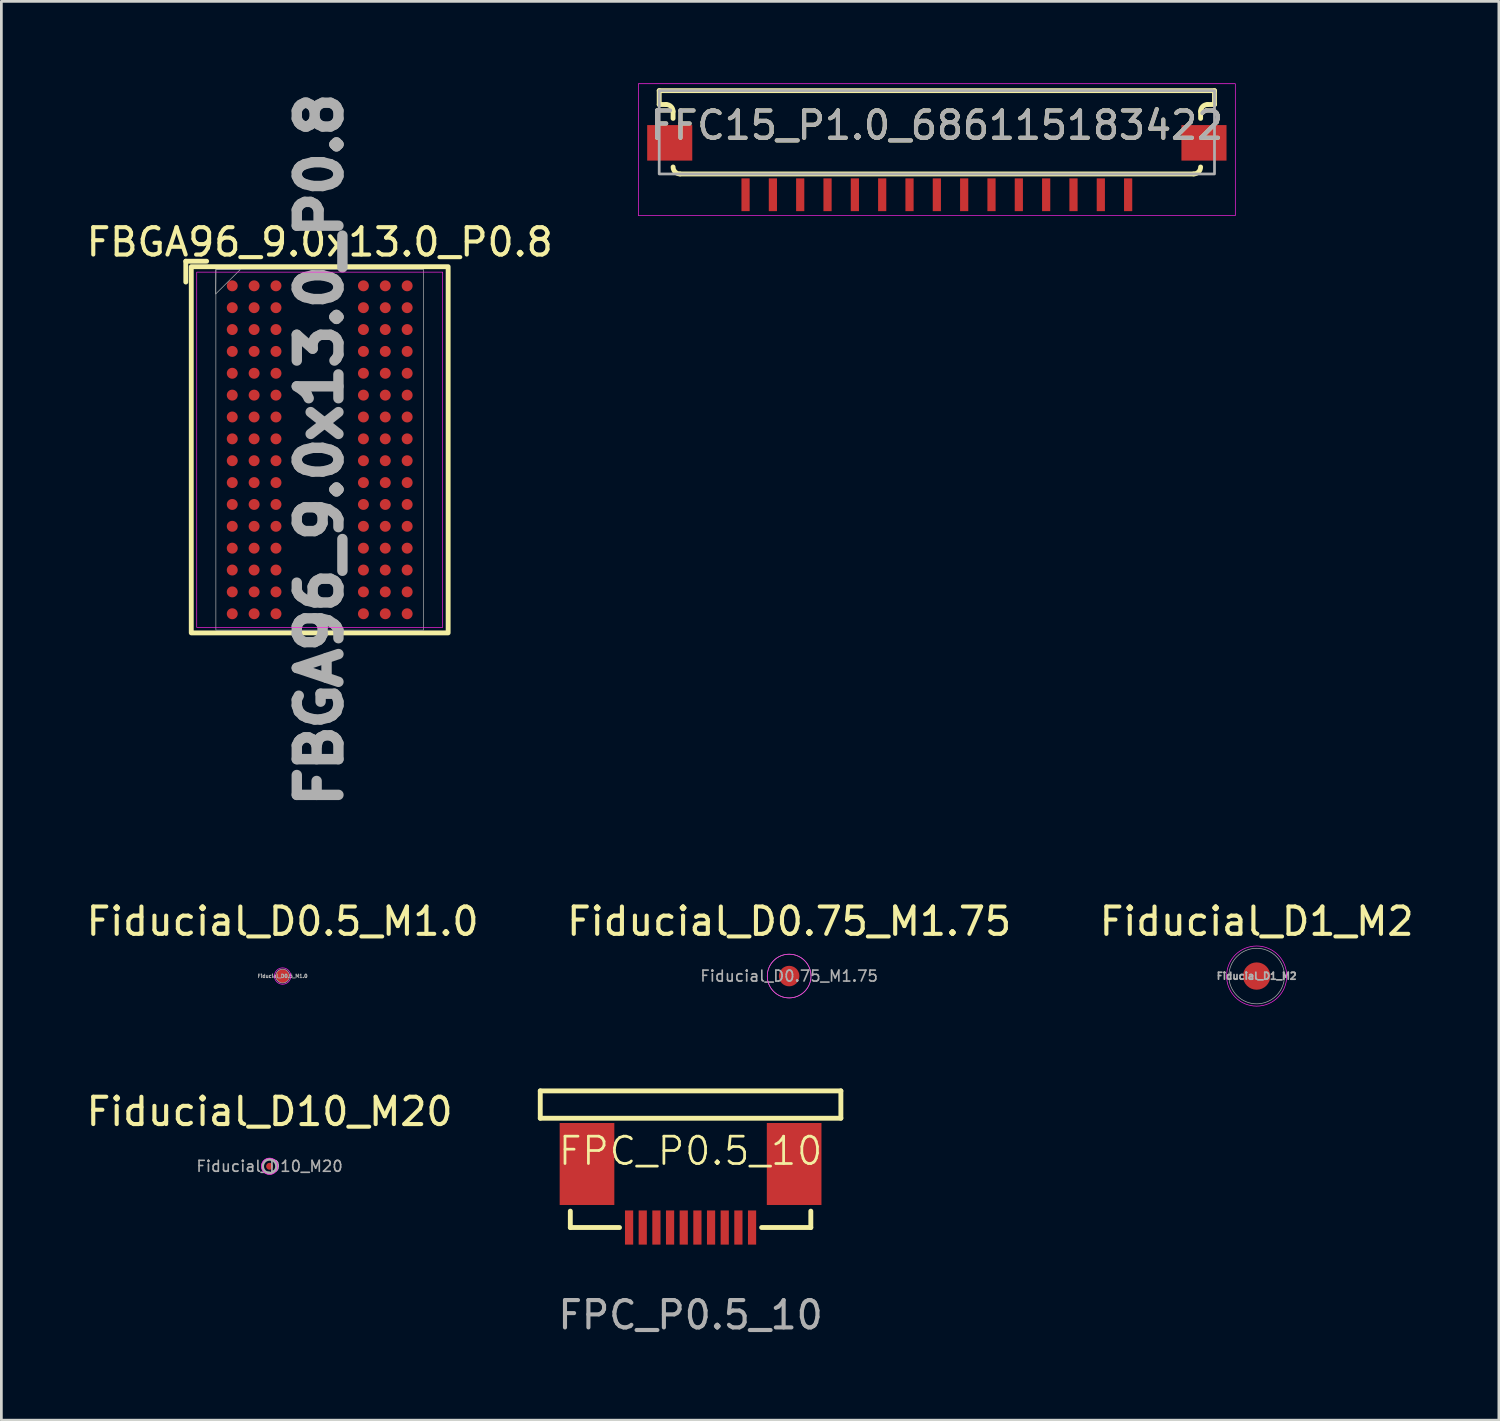
<source format=kicad_pcb>
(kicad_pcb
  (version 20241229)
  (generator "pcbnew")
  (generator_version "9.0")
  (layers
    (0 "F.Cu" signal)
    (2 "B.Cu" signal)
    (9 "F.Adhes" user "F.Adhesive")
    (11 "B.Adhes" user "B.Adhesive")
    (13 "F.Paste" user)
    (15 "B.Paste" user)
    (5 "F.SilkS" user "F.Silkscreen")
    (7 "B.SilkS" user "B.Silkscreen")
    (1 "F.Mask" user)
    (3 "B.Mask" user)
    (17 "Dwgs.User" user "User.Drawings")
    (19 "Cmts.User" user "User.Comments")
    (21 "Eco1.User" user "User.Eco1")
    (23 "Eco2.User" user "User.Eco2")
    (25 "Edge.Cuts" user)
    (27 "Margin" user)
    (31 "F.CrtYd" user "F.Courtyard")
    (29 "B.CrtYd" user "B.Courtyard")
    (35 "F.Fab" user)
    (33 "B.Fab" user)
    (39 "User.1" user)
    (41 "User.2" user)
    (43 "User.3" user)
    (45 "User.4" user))
  (footprint "FBGA96_9.0x13.0_P0.8"
    (layer "F.Cu")
    (at 8.649 13.409)
    (property "Reference" "FBGA96_9.0x13.0_P0.8" (at 0 -7.6 0) (unlocked yes) (layer "F.SilkS") (effects (font (size 1 1) (thickness 0.15))))
    (attr smd)
    (fp_line (start -4.9 -6.9) (end -4.138 -6.9) (stroke (width 0.178) (type solid)) (layer "F.SilkS"))
    (fp_line (start -4.9 -6.138) (end -4.9 -6.9) (stroke (width 0.178) (type solid)) (layer "F.SilkS"))
    (fp_rect (start 4.7 6.7) (end -4.7 -6.7) (stroke (width 0.178) (type solid)) (fill no) (layer "F.SilkS"))
    (fp_rect (start -4.5 -6.5) (end 4.5 6.5) (stroke (width 0.025) (type solid)) (fill no) (layer "F.CrtYd"))
    (fp_rect (start -3.8 -6.6) (end 3.8 6.6) (stroke (width 0.025) (type solid)) (fill no) (layer "F.Fab"))
    (fp_poly (pts (xy -3.8 -6.6) (xy -3.81 -5.7) (xy -2.9 -6.6)) (stroke (width 0.025) (type solid)) (fill no) (layer "F.Fab"))
    (fp_text user "${REFERENCE}" (at 0 0 90) (unlocked yes) (layer "F.Fab") (effects (font (size 1.524 1.524) (thickness 0.381) (bold yes))))
    (pad "A1" smd circle (at -3.2 -6) (size 0.4 0.4) (layers "F.Cu" "F.Mask" "F.Paste"))
    (pad "A2" smd circle (at -2.4 -6) (size 0.4 0.4) (layers "F.Cu" "F.Mask" "F.Paste"))
    (pad "A3" smd circle (at -1.6 -6) (size 0.4 0.4) (layers "F.Cu" "F.Mask" "F.Paste"))
    (pad "A7" smd circle (at 1.6 -6) (size 0.4 0.4) (layers "F.Cu" "F.Mask" "F.Paste"))
    (pad "A8" smd circle (at 2.4 -6) (size 0.4 0.4) (layers "F.Cu" "F.Mask" "F.Paste"))
    (pad "A9" smd circle (at 3.2 -6) (size 0.4 0.4) (layers "F.Cu" "F.Mask" "F.Paste"))
    (pad "B1" smd circle (at -3.2 -5.2) (size 0.4 0.4) (layers "F.Cu" "F.Mask" "F.Paste"))
    (pad "B2" smd circle (at -2.4 -5.2) (size 0.4 0.4) (layers "F.Cu" "F.Mask" "F.Paste"))
    (pad "B3" smd circle (at -1.6 -5.2) (size 0.4 0.4) (layers "F.Cu" "F.Mask" "F.Paste"))
    (pad "B7" smd circle (at 1.6 -5.2) (size 0.4 0.4) (layers "F.Cu" "F.Mask" "F.Paste"))
    (pad "B8" smd circle (at 2.4 -5.2) (size 0.4 0.4) (layers "F.Cu" "F.Mask" "F.Paste"))
    (pad "B9" smd circle (at 3.2 -5.2) (size 0.4 0.4) (layers "F.Cu" "F.Mask" "F.Paste"))
    (pad "C1" smd circle (at -3.2 -4.4) (size 0.4 0.4) (layers "F.Cu" "F.Mask" "F.Paste"))
    (pad "C2" smd circle (at -2.4 -4.4) (size 0.4 0.4) (layers "F.Cu" "F.Mask" "F.Paste"))
    (pad "C3" smd circle (at -1.6 -4.4) (size 0.4 0.4) (layers "F.Cu" "F.Mask" "F.Paste"))
    (pad "C7" smd circle (at 1.6 -4.4) (size 0.4 0.4) (layers "F.Cu" "F.Mask" "F.Paste"))
    (pad "C8" smd circle (at 2.4 -4.4) (size 0.4 0.4) (layers "F.Cu" "F.Mask" "F.Paste"))
    (pad "C9" smd circle (at 3.2 -4.4) (size 0.4 0.4) (layers "F.Cu" "F.Mask" "F.Paste"))
    (pad "D1" smd circle (at -3.2 -3.6) (size 0.4 0.4) (layers "F.Cu" "F.Mask" "F.Paste"))
    (pad "D2" smd circle (at -2.4 -3.6) (size 0.4 0.4) (layers "F.Cu" "F.Mask" "F.Paste"))
    (pad "D3" smd circle (at -1.6 -3.6) (size 0.4 0.4) (layers "F.Cu" "F.Mask" "F.Paste"))
    (pad "D7" smd circle (at 1.6 -3.6) (size 0.4 0.4) (layers "F.Cu" "F.Mask" "F.Paste"))
    (pad "D8" smd circle (at 2.4 -3.6) (size 0.4 0.4) (layers "F.Cu" "F.Mask" "F.Paste"))
    (pad "D9" smd circle (at 3.2 -3.6) (size 0.4 0.4) (layers "F.Cu" "F.Mask" "F.Paste"))
    (pad "E1" smd circle (at -3.2 -2.8) (size 0.4 0.4) (layers "F.Cu" "F.Mask" "F.Paste"))
    (pad "E2" smd circle (at -2.4 -2.8) (size 0.4 0.4) (layers "F.Cu" "F.Mask" "F.Paste"))
    (pad "E3" smd circle (at -1.6 -2.8) (size 0.4 0.4) (layers "F.Cu" "F.Mask" "F.Paste"))
    (pad "E7" smd circle (at 1.6 -2.8) (size 0.4 0.4) (layers "F.Cu" "F.Mask" "F.Paste"))
    (pad "E8" smd circle (at 2.4 -2.8) (size 0.4 0.4) (layers "F.Cu" "F.Mask" "F.Paste"))
    (pad "E9" smd circle (at 3.2 -2.8) (size 0.4 0.4) (layers "F.Cu" "F.Mask" "F.Paste"))
    (pad "F1" smd circle (at -3.2 -2) (size 0.4 0.4) (layers "F.Cu" "F.Mask" "F.Paste"))
    (pad "F2" smd circle (at -2.4 -2) (size 0.4 0.4) (layers "F.Cu" "F.Mask" "F.Paste"))
    (pad "F3" smd circle (at -1.6 -2) (size 0.4 0.4) (layers "F.Cu" "F.Mask" "F.Paste"))
    (pad "F7" smd circle (at 1.6 -2) (size 0.4 0.4) (layers "F.Cu" "F.Mask" "F.Paste"))
    (pad "F8" smd circle (at 2.4 -2) (size 0.4 0.4) (layers "F.Cu" "F.Mask" "F.Paste"))
    (pad "F9" smd circle (at 3.2 -2) (size 0.4 0.4) (layers "F.Cu" "F.Mask" "F.Paste"))
    (pad "G1" smd circle (at -3.2 -1.2) (size 0.4 0.4) (layers "F.Cu" "F.Mask" "F.Paste"))
    (pad "G2" smd circle (at -2.4 -1.2) (size 0.4 0.4) (layers "F.Cu" "F.Mask" "F.Paste"))
    (pad "G3" smd circle (at -1.6 -1.2) (size 0.4 0.4) (layers "F.Cu" "F.Mask" "F.Paste"))
    (pad "G7" smd circle (at 1.6 -1.2) (size 0.4 0.4) (layers "F.Cu" "F.Mask" "F.Paste"))
    (pad "G8" smd circle (at 2.4 -1.2) (size 0.4 0.4) (layers "F.Cu" "F.Mask" "F.Paste"))
    (pad "G9" smd circle (at 3.2 -1.2) (size 0.4 0.4) (layers "F.Cu" "F.Mask" "F.Paste"))
    (pad "H1" smd circle (at -3.2 -0.4) (size 0.4 0.4) (layers "F.Cu" "F.Mask" "F.Paste"))
    (pad "H2" smd circle (at -2.4 -0.4) (size 0.4 0.4) (layers "F.Cu" "F.Mask" "F.Paste"))
    (pad "H3" smd circle (at -1.6 -0.4) (size 0.4 0.4) (layers "F.Cu" "F.Mask" "F.Paste"))
    (pad "H7" smd circle (at 1.6 -0.4) (size 0.4 0.4) (layers "F.Cu" "F.Mask" "F.Paste"))
    (pad "H8" smd circle (at 2.4 -0.4) (size 0.4 0.4) (layers "F.Cu" "F.Mask" "F.Paste"))
    (pad "H9" smd circle (at 3.2 -0.4) (size 0.4 0.4) (layers "F.Cu" "F.Mask" "F.Paste"))
    (pad "J1" smd circle (at -3.2 0.4) (size 0.4 0.4) (layers "F.Cu" "F.Mask" "F.Paste"))
    (pad "J2" smd circle (at -2.4 0.4) (size 0.4 0.4) (layers "F.Cu" "F.Mask" "F.Paste"))
    (pad "J3" smd circle (at -1.6 0.4) (size 0.4 0.4) (layers "F.Cu" "F.Mask" "F.Paste"))
    (pad "J7" smd circle (at 1.6 0.4) (size 0.4 0.4) (layers "F.Cu" "F.Mask" "F.Paste"))
    (pad "J8" smd circle (at 2.4 0.4) (size 0.4 0.4) (layers "F.Cu" "F.Mask" "F.Paste"))
    (pad "J9" smd circle (at 3.2 0.4) (size 0.4 0.4) (layers "F.Cu" "F.Mask" "F.Paste"))
    (pad "K1" smd circle (at -3.2 1.2) (size 0.4 0.4) (layers "F.Cu" "F.Mask" "F.Paste"))
    (pad "K2" smd circle (at -2.4 1.2) (size 0.4 0.4) (layers "F.Cu" "F.Mask" "F.Paste"))
    (pad "K3" smd circle (at -1.6 1.2) (size 0.4 0.4) (layers "F.Cu" "F.Mask" "F.Paste"))
    (pad "K7" smd circle (at 1.6 1.2) (size 0.4 0.4) (layers "F.Cu" "F.Mask" "F.Paste"))
    (pad "K8" smd circle (at 2.4 1.2) (size 0.4 0.4) (layers "F.Cu" "F.Mask" "F.Paste"))
    (pad "K9" smd circle (at 3.2 1.2) (size 0.4 0.4) (layers "F.Cu" "F.Mask" "F.Paste"))
    (pad "L1" smd circle (at -3.2 2) (size 0.4 0.4) (layers "F.Cu" "F.Mask" "F.Paste"))
    (pad "L2" smd circle (at -2.4 2) (size 0.4 0.4) (layers "F.Cu" "F.Mask" "F.Paste"))
    (pad "L3" smd circle (at -1.6 2) (size 0.4 0.4) (layers "F.Cu" "F.Mask" "F.Paste"))
    (pad "L7" smd circle (at 1.6 2) (size 0.4 0.4) (layers "F.Cu" "F.Mask" "F.Paste"))
    (pad "L8" smd circle (at 2.4 2) (size 0.4 0.4) (layers "F.Cu" "F.Mask" "F.Paste"))
    (pad "L9" smd circle (at 3.2 2) (size 0.4 0.4) (layers "F.Cu" "F.Mask" "F.Paste"))
    (pad "M1" smd circle (at -3.2 2.8) (size 0.4 0.4) (layers "F.Cu" "F.Mask" "F.Paste"))
    (pad "M2" smd circle (at -2.4 2.8) (size 0.4 0.4) (layers "F.Cu" "F.Mask" "F.Paste"))
    (pad "M3" smd circle (at -1.6 2.8) (size 0.4 0.4) (layers "F.Cu" "F.Mask" "F.Paste"))
    (pad "M7" smd circle (at 1.6 2.8) (size 0.4 0.4) (layers "F.Cu" "F.Mask" "F.Paste"))
    (pad "M8" smd circle (at 2.4 2.8) (size 0.4 0.4) (layers "F.Cu" "F.Mask" "F.Paste"))
    (pad "M9" smd circle (at 3.2 2.8) (size 0.4 0.4) (layers "F.Cu" "F.Mask" "F.Paste"))
    (pad "N1" smd circle (at -3.2 3.6) (size 0.4 0.4) (layers "F.Cu" "F.Mask" "F.Paste"))
    (pad "N2" smd circle (at -2.4 3.6) (size 0.4 0.4) (layers "F.Cu" "F.Mask" "F.Paste"))
    (pad "N3" smd circle (at -1.6 3.6) (size 0.4 0.4) (layers "F.Cu" "F.Mask" "F.Paste"))
    (pad "N7" smd circle (at 1.6 3.6) (size 0.4 0.4) (layers "F.Cu" "F.Mask" "F.Paste"))
    (pad "N8" smd circle (at 2.4 3.6) (size 0.4 0.4) (layers "F.Cu" "F.Mask" "F.Paste"))
    (pad "N9" smd circle (at 3.2 3.6) (size 0.4 0.4) (layers "F.Cu" "F.Mask" "F.Paste"))
    (pad "P1" smd circle (at -3.2 4.4) (size 0.4 0.4) (layers "F.Cu" "F.Mask" "F.Paste"))
    (pad "P2" smd circle (at -2.4 4.4) (size 0.4 0.4) (layers "F.Cu" "F.Mask" "F.Paste"))
    (pad "P3" smd circle (at -1.6 4.4) (size 0.4 0.4) (layers "F.Cu" "F.Mask" "F.Paste"))
    (pad "P7" smd circle (at 1.6 4.4) (size 0.4 0.4) (layers "F.Cu" "F.Mask" "F.Paste"))
    (pad "P8" smd circle (at 2.4 4.4) (size 0.4 0.4) (layers "F.Cu" "F.Mask" "F.Paste"))
    (pad "P9" smd circle (at 3.2 4.4) (size 0.4 0.4) (layers "F.Cu" "F.Mask" "F.Paste"))
    (pad "R1" smd circle (at -3.2 5.2) (size 0.4 0.4) (layers "F.Cu" "F.Mask" "F.Paste"))
    (pad "R2" smd circle (at -2.4 5.2) (size 0.4 0.4) (layers "F.Cu" "F.Mask" "F.Paste"))
    (pad "R3" smd circle (at -1.6 5.2) (size 0.4 0.4) (layers "F.Cu" "F.Mask" "F.Paste"))
    (pad "R7" smd circle (at 1.6 5.2) (size 0.4 0.4) (layers "F.Cu" "F.Mask" "F.Paste"))
    (pad "R8" smd circle (at 2.4 5.2) (size 0.4 0.4) (layers "F.Cu" "F.Mask" "F.Paste"))
    (pad "R9" smd circle (at 3.2 5.2) (size 0.4 0.4) (layers "F.Cu" "F.Mask" "F.Paste"))
    (pad "T1" smd circle (at -3.2 6) (size 0.4 0.4) (layers "F.Cu" "F.Mask" "F.Paste"))
    (pad "T2" smd circle (at -2.4 6) (size 0.4 0.4) (layers "F.Cu" "F.Mask" "F.Paste"))
    (pad "T3" smd circle (at -1.6 6) (size 0.4 0.4) (layers "F.Cu" "F.Mask" "F.Paste"))
    (pad "T7" smd circle (at 1.6 6) (size 0.4 0.4) (layers "F.Cu" "F.Mask" "F.Paste"))
    (pad "T8" smd circle (at 2.4 6) (size 0.4 0.4) (layers "F.Cu" "F.Mask" "F.Paste"))
    (pad "T9" smd circle (at 3.2 6) (size 0.4 0.4) (layers "F.Cu" "F.Mask" "F.Paste")))
  (footprint "FPC_P0.5_10"
    (layer "F.Cu")
    (at 22.22 41.869)
    (property "Reference" "FPC_P0.5_10" (at 0 -2.8 0) (unlocked yes) (layer "F.SilkS") (effects (font (size 1 1) (thickness 0.1))))
    (attr smd)
    (fp_line (start -5.5 -5) (end 5.5 -5) (stroke (width 0.178) (type default)) (layer "F.SilkS"))
    (fp_line (start -5.5 -4) (end -5.5 -5) (stroke (width 0.178) (type default)) (layer "F.SilkS"))
    (fp_line (start -4.4 -0.6) (end -4.4 0) (stroke (width 0.178) (type default)) (layer "F.SilkS"))
    (fp_line (start -4.4 0) (end -2.6 0) (stroke (width 0.178) (type default)) (layer "F.SilkS"))
    (fp_line (start 2.6 0) (end 4.4 0) (stroke (width 0.178) (type default)) (layer "F.SilkS"))
    (fp_line (start 4.4 0) (end 4.4 -0.6) (stroke (width 0.178) (type default)) (layer "F.SilkS"))
    (fp_line (start 5.5 -5) (end 5.5 -4) (stroke (width 0.178) (type default)) (layer "F.SilkS"))
    (fp_line (start 5.5 -4) (end -5.5 -4) (stroke (width 0.178) (type default)) (layer "F.SilkS"))
    (fp_text user "${REFERENCE}" (at 0 3.2 0) (unlocked yes) (layer "F.Fab") (effects (font (size 1 1) (thickness 0.15))))
    (pad "1" smd rect (at -2.25 0) (size 0.3 1.25) (layers "F.Cu" "F.Mask" "F.Paste"))
    (pad "2" smd rect (at -1.75 0) (size 0.3 1.25) (layers "F.Cu" "F.Mask" "F.Paste"))
    (pad "3" smd rect (at -1.25 0) (size 0.3 1.25) (layers "F.Cu" "F.Mask" "F.Paste"))
    (pad "4" smd rect (at -0.75 0) (size 0.3 1.25) (layers "F.Cu" "F.Mask" "F.Paste"))
    (pad "5" smd rect (at -0.25 0) (size 0.3 1.25) (layers "F.Cu" "F.Mask" "F.Paste"))
    (pad "6" smd rect (at 0.25 0) (size 0.3 1.25) (layers "F.Cu" "F.Mask" "F.Paste"))
    (pad "7" smd rect (at 0.75 0) (size 0.3 1.25) (layers "F.Cu" "F.Mask" "F.Paste"))
    (pad "8" smd rect (at 1.25 0) (size 0.3 1.25) (layers "F.Cu" "F.Mask" "F.Paste"))
    (pad "9" smd rect (at 1.75 0) (size 0.3 1.25) (layers "F.Cu" "F.Mask" "F.Paste"))
    (pad "10" smd rect (at 2.25 0) (size 0.3 1.25) (layers "F.Cu" "F.Mask" "F.Paste"))
    (pad "SH" smd rect (at -3.79 -2.325) (size 2 3) (layers "F.Cu" "F.Mask" "F.Paste"))
    (pad "SH" smd rect (at 3.79 -2.325) (size 2 3) (layers "F.Cu" "F.Mask" "F.Paste")))
  (footprint "FFC15_P1.0_686115183422"
    (layer "F.Cu")
    (at 31.232 4.077)
    (property "Reference" "FFC15_P1.0_686115183422" (at 0 -2.54 0) (unlocked yes) (layer "F.SilkS") (effects (font (size 1 1) (thickness 0.15))))
    (attr smd)
    (fp_line (start -10.16 -3.302) (end -10.16 -3.81) (stroke (width 0.178) (type solid)) (layer "F.SilkS"))
    (fp_line (start -9.906 -3.302) (end -10.16 -3.302) (stroke (width 0.178) (type solid)) (layer "F.SilkS"))
    (fp_line (start -9.652 -2.794) (end -9.652 -3.048) (stroke (width 0.178) (type solid)) (layer "F.SilkS"))
    (fp_line (start -9.398 -0.762) (end 9.398 -0.762) (stroke (width 0.178) (type solid)) (layer "F.SilkS"))
    (fp_line (start 9.652 -2.794) (end 9.652 -3.048) (stroke (width 0.178) (type solid)) (layer "F.SilkS"))
    (fp_line (start 9.906 -3.302) (end 10.16 -3.302) (stroke (width 0.178) (type solid)) (layer "F.SilkS"))
    (fp_line (start 10.16 -3.81) (end -10.16 -3.81) (stroke (width 0.178) (type solid)) (layer "F.SilkS"))
    (fp_line (start 10.16 -3.302) (end 10.16 -3.81) (stroke (width 0.178) (type solid)) (layer "F.SilkS"))
    (fp_arc (start -9.905998 -3.302002) (mid -9.726393 -3.227606) (end -9.652 -3.048) (stroke (width 0.1778) (type solid)) (layer "F.SilkS"))
    (fp_arc (start -9.398 -0.762) (mid -9.577604 -0.836394) (end -9.651998 -1.015998) (stroke (width 0.1778) (type solid)) (layer "F.SilkS"))
    (fp_arc (start 9.652 -3.048) (mid 9.726394 -3.227604) (end 9.905998 -3.301998) (stroke (width 0.1778) (type solid)) (layer "F.SilkS"))
    (fp_arc (start 9.652 -1.016) (mid 9.577606 -0.836396) (end 9.398002 -0.762002) (stroke (width 0.1778) (type solid)) (layer "F.SilkS"))
    (fp_rect (start -10.922 -4.064) (end 10.922 0.762) (stroke (width 0.025) (type solid)) (fill no) (layer "F.CrtYd"))
    (fp_rect (start -10.16 -3.81) (end 10.16 -0.762) (stroke (width 0.1) (type solid)) (fill no) (layer "F.Fab"))
    (fp_text user "${REFERENCE}" (at 0 -2.54 0) (unlocked yes) (layer "F.Fab") (effects (font (size 1 1) (thickness 0.15))))
    (pad "1" smd rect (at -7 0) (size 0.3 1.2) (layers "F.Cu" "F.Mask" "F.Paste"))
    (pad "2" smd rect (at -6 0) (size 0.3 1.2) (layers "F.Cu" "F.Mask" "F.Paste"))
    (pad "3" smd rect (at -5 0) (size 0.3 1.2) (layers "F.Cu" "F.Mask" "F.Paste"))
    (pad "4" smd rect (at -4 0) (size 0.3 1.2) (layers "F.Cu" "F.Mask" "F.Paste"))
    (pad "5" smd rect (at -3 0) (size 0.3 1.2) (layers "F.Cu" "F.Mask" "F.Paste"))
    (pad "6" smd rect (at -2 0) (size 0.3 1.2) (layers "F.Cu" "F.Mask" "F.Paste"))
    (pad "7" smd rect (at -1 0) (size 0.3 1.2) (layers "F.Cu" "F.Mask" "F.Paste"))
    (pad "8" smd rect (at 0 0) (size 0.3 1.2) (layers "F.Cu" "F.Mask" "F.Paste"))
    (pad "9" smd rect (at 1 0) (size 0.3 1.2) (layers "F.Cu" "F.Mask" "F.Paste"))
    (pad "10" smd rect (at 2 0) (size 0.3 1.2) (layers "F.Cu" "F.Mask" "F.Paste"))
    (pad "11" smd rect (at 3 0) (size 0.3 1.2) (layers "F.Cu" "F.Mask" "F.Paste"))
    (pad "12" smd rect (at 4 0) (size 0.3 1.2) (layers "F.Cu" "F.Mask" "F.Paste"))
    (pad "13" smd rect (at 5 0) (size 0.3 1.2) (layers "F.Cu" "F.Mask" "F.Paste"))
    (pad "14" smd rect (at 6 0) (size 0.3 1.2) (layers "F.Cu" "F.Mask" "F.Paste"))
    (pad "15" smd rect (at 7 0) (size 0.3 1.2) (layers "F.Cu" "F.Mask" "F.Paste"))
    (pad "SH" smd rect (at -9.775 -1.9) (size 1.65 1.3) (layers "F.Cu" "F.Mask" "F.Paste"))
    (pad "SH" smd rect (at 9.775 -1.9) (size 1.65 1.3) (layers "F.Cu" "F.Mask" "F.Paste")))
  (footprint "Fiducial_D0.5_M1.0"
    (layer "F.Cu")
    (at 7.292 32.667)
    (property "Reference" "Fiducial_D0.5_M1.0" (at 0 -2 0) (layer "F.SilkS") (effects (font (size 1 1) (thickness 0.15))))
    (attr smd)
    (fp_circle (center 0 0) (end 0.3 0) (stroke (width 0.025) (type solid)) (fill no) (layer "F.CrtYd"))
    (fp_circle (center 0 0) (end 0.254 0) (stroke (width 0.025) (type solid)) (fill no) (layer "F.Fab"))
    (fp_text user "${REFERENCE}" (at 0 0 0) (layer "F.Fab") (effects (font (size 0.127 0.127) (thickness 0.032) (bold yes))))
    (pad "" smd circle (at 0 0) (size 0.508 0.508) (layers "F.Cu" "F.Mask")))
  (footprint "Fiducial_D1_M2"
    (layer "F.Cu")
    (at 42.935 32.667)
    (property "Reference" "Fiducial_D1_M2" (at 0 -2 0) (layer "F.SilkS") (effects (font (size 1 1) (thickness 0.15))))
    (attr smd)
    (fp_circle (center 0 0) (end 1.1 0) (stroke (width 0.025) (type solid)) (fill no) (layer "F.CrtYd"))
    (fp_circle (center 0 0) (end 1.016 0) (stroke (width 0.025) (type solid)) (fill no) (layer "F.Fab"))
    (fp_text user "${REFERENCE}" (at 0 0 0) (layer "F.Fab") (effects (font (size 0.254 0.254) (thickness 0.064) (bold yes))))
    (pad "" smd circle (at 0 0) (size 1 1) (layers "F.Cu" "F.Mask")))
  (footprint "Fiducial_D10_M20"
    (layer "F.Cu")
    (at 6.815 39.628)
    (property "Reference" "Fiducial_D10_M20" (at 0 -2 0) (layer "F.SilkS") (effects (font (size 1 1) (thickness 0.15))))
    (attr smd)
    (fp_circle (center 0 0) (end 0.3 0) (stroke (width 0.025) (type solid)) (fill no) (layer "F.CrtYd"))
    (fp_circle (center 0 0) (end 0.254 0) (stroke (width 0.1) (type solid)) (fill no) (layer "F.Fab"))
    (fp_text user "${REFERENCE}" (at 0 0 0) (layer "F.Fab") (effects (font (size 0.4 0.4) (thickness 0.06))))
    (pad "" smd circle (at 0 0) (size 0.254 0.254) (layers "F.Cu" "F.Mask")))
  (footprint "Fiducial_D0.75_M1.75"
    (layer "F.Cu")
    (at 25.827 32.667)
    (property "Reference" "Fiducial_D0.75_M1.75" (at 0 -2 0) (layer "F.SilkS") (effects (font (size 1 1) (thickness 0.15))))
    (attr smd)
    (fp_circle (center 0 0) (end 0.8 0) (stroke (width 0.025) (type solid)) (fill no) (layer "F.CrtYd"))
    (fp_circle (center 0 0) (end 0.8 0) (stroke (width 0.025) (type solid)) (fill no) (layer "F.Fab"))
    (fp_text user "${REFERENCE}" (at 0 0 0) (layer "F.Fab") (effects (font (size 0.4 0.4) (thickness 0.06))))
    (pad "" smd circle (at 0 0) (size 0.75 0.75) (layers "F.Cu" "F.Mask")))
  (gr_rect
    (start -3 -3)
    (end 51.798 48.917)
    (stroke (width 0.1) (type default))
    (fill no)
    (layer "Edge.Cuts")))
</source>
